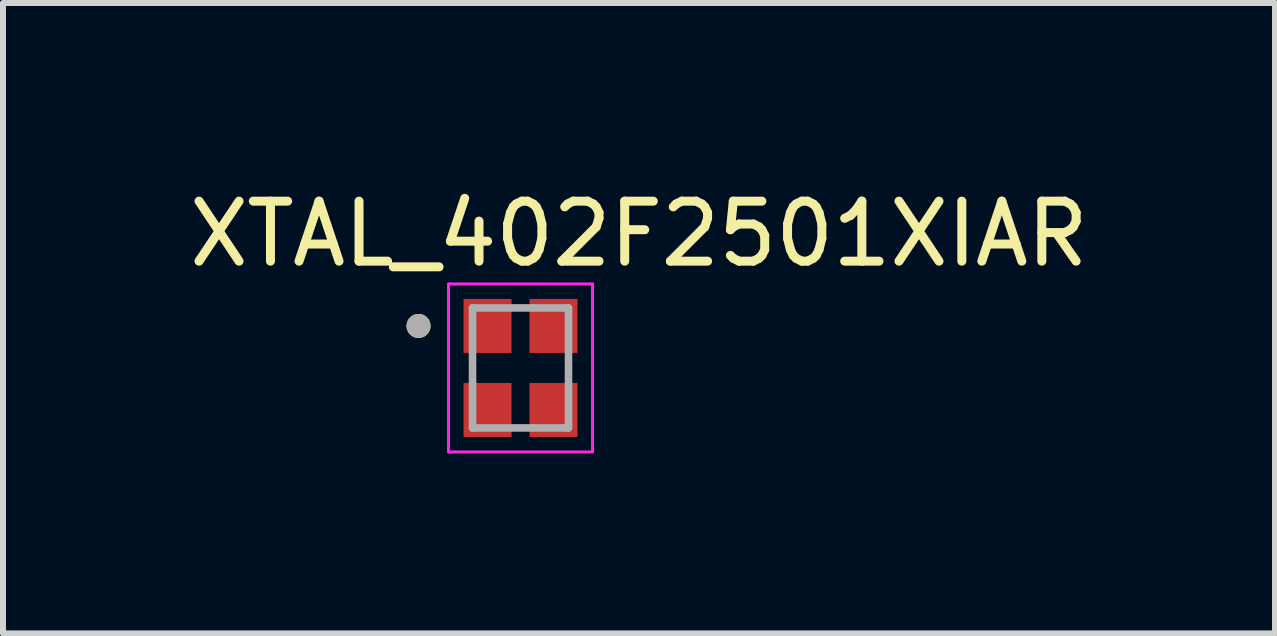
<source format=kicad_pcb>
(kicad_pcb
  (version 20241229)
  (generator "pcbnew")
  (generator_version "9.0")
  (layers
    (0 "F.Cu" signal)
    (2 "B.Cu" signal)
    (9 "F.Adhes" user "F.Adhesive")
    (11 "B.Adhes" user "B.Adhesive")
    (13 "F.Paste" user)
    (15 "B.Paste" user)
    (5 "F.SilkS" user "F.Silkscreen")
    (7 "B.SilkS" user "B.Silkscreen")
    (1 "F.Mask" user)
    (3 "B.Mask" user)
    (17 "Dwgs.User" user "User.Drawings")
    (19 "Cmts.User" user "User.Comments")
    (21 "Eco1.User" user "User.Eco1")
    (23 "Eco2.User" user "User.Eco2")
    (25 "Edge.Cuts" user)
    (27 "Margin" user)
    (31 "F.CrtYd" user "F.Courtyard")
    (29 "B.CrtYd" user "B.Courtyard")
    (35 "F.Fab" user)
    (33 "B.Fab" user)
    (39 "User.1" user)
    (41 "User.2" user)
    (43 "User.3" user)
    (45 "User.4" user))
  (footprint "XTAL_402F2501XIAR"
    (layer "F.Cu")
    (at 5.626 3.083)
    (property "Reference" "XTAL_402F2501XIAR" (at 1.975 -2.235 0) (layer "F.SilkS") (effects (font (size 1 1) (thickness 0.15))))
    (attr smd)
    (fp_circle (center -1.7 -0.7) (end -1.6 -0.7) (stroke (width 0.2) (type solid)) (fill no) (layer "F.SilkS"))
    (fp_line (start -1.2 -1.4) (end -1.2 1.4) (stroke (width 0.05) (type solid)) (layer "F.CrtYd"))
    (fp_line (start -1.2 -1.4) (end 1.2 -1.4) (stroke (width 0.05) (type solid)) (layer "F.CrtYd"))
    (fp_line (start 1.2 -1.4) (end 1.2 1.4) (stroke (width 0.05) (type solid)) (layer "F.CrtYd"))
    (fp_line (start 1.2 1.4) (end -1.2 1.4) (stroke (width 0.05) (type solid)) (layer "F.CrtYd"))
    (fp_line (start -0.8 -1) (end -0.8 1) (stroke (width 0.127) (type solid)) (layer "F.Fab"))
    (fp_line (start -0.8 -1) (end 0.8 -1) (stroke (width 0.127) (type solid)) (layer "F.Fab"))
    (fp_line (start 0.8 -1) (end 0.8 1) (stroke (width 0.127) (type solid)) (layer "F.Fab"))
    (fp_line (start 0.8 1) (end -0.8 1) (stroke (width 0.127) (type solid)) (layer "F.Fab"))
    (fp_circle (center -1.7 -0.7) (end -1.6 -0.7) (stroke (width 0.2) (type solid)) (fill no) (layer "F.Fab"))
    (pad "1" smd rect (at -0.55 -0.7) (size 0.8 0.9) (layers "F.Cu" "F.Mask" "F.Paste"))
    (pad "2" smd rect (at -0.55 0.7) (size 0.8 0.9) (layers "F.Cu" "F.Mask" "F.Paste"))
    (pad "3" smd rect (at 0.55 0.7) (size 0.8 0.9) (layers "F.Cu" "F.Mask" "F.Paste"))
    (pad "4" smd rect (at 0.55 -0.7) (size 0.8 0.9) (layers "F.Cu" "F.Mask" "F.Paste")))
  (gr_rect
    (start -3 -3)
    (end 18.202 7.508)
    (stroke (width 0.1) (type default))
    (fill no)
    (layer "Edge.Cuts")))
</source>
